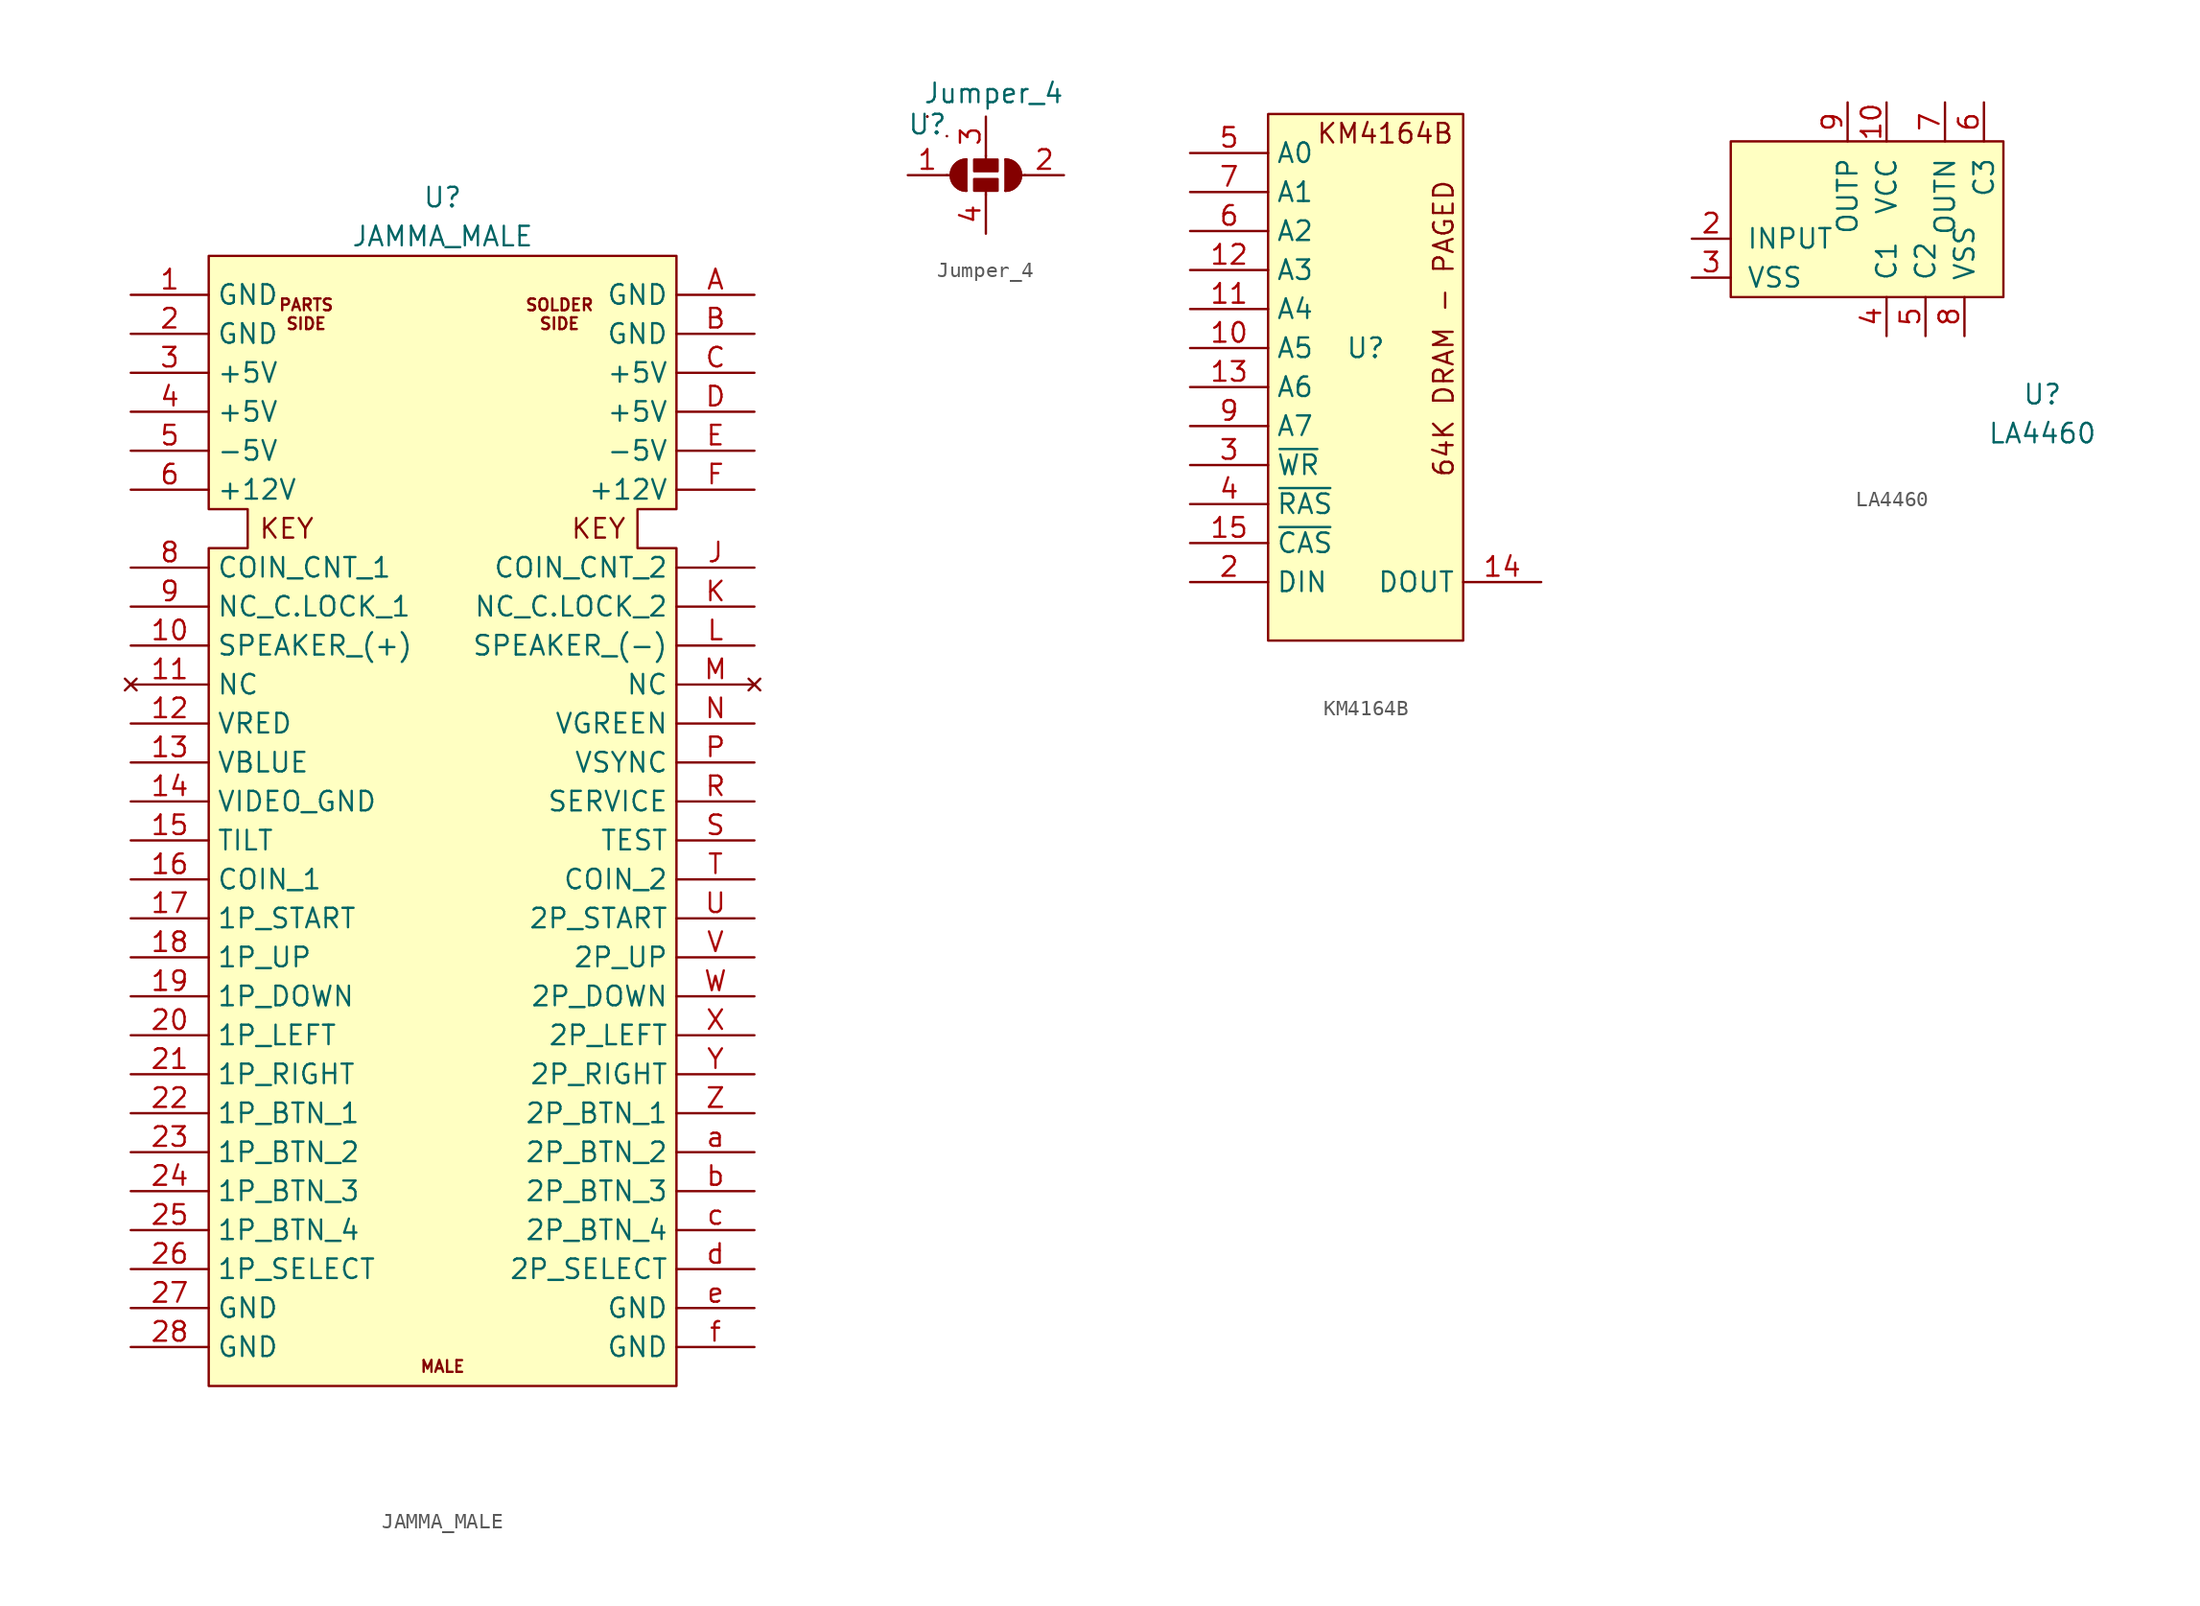
<source format=kicad_sym>
(kicad_symbol_lib
  (version 20231120)
  (generator "kicad_symbol_editor")
  (generator_version "8.0")
  (symbol "JAMMA_MALE"
    (property "Reference" "U"
      (at 0 39.37 0)
      (effects (font (size 1.27 1.27))))
    (property "Value" "JAMMA_MALE"
      (at 0 36.83 0)
      (effects (font (size 1.27 1.27))))
    (symbol "JAMMA_MALE_1_1"
      (polyline (pts (xy -15.24 35.56) (xy -15.24 19.05) (xy -12.7 19.05) (xy -12.7 16.51) (xy -15.24 16.51) (xy -15.24 -38.1) (xy 15.24 -38.1) (xy 15.24 16.51) (xy 12.7 16.51) (xy 12.7 19.05) (xy 15.24 19.05) (xy 15.24 35.56) (xy -15.24 35.56)) (stroke (width 0) (type default)) (fill (type background)))
      (text "KEY" (at -10.16 17.78 0) (effects (font (size 1.27 1.27))))
      (text "KEY" (at 10.16 17.78 0) (effects (font (size 1.27 1.27))))
      (text "MALE\n" (at 0 -36.83 0) (effects (font (size 0.762 0.762))))
      (text "PARTS\nSIDE" (at -8.89 31.75 0) (effects (font (size 0.762 0.762))))
      (text "SOLDER\nSIDE" (at 7.62 31.75 0) (effects (font (size 0.762 0.762))))
      (pin power_out line (at -20.32 33.02 0) (length 5.08) (name "GND" (effects (font (size 1.27 1.27)))) (number "1" (effects (font (size 1.27 1.27)))))
      (pin input line (at -20.32 10.16 0) (length 5.08) (name "SPEAKER_(+)" (effects (font (size 1.27 1.27)))) (number "10" (effects (font (size 1.27 1.27)))))
      (pin no_connect line (at -20.32 7.62 0) (length 5.08) (name "NC" (effects (font (size 1.27 1.27)))) (number "11" (effects (font (size 1.27 1.27)))))
      (pin input line (at -20.32 5.08 0) (length 5.08) (name "VRED" (effects (font (size 1.27 1.27)))) (number "12" (effects (font (size 1.27 1.27)))))
      (pin input line (at -20.32 2.54 0) (length 5.08) (name "VBLUE" (effects (font (size 1.27 1.27)))) (number "13" (effects (font (size 1.27 1.27)))))
      (pin power_in line (at -20.32 0 0) (length 5.08) (name "VIDEO_GND" (effects (font (size 1.27 1.27)))) (number "14" (effects (font (size 1.27 1.27)))))
      (pin output line (at -20.32 -2.54 0) (length 5.08) (name "TILT" (effects (font (size 1.27 1.27)))) (number "15" (effects (font (size 1.27 1.27)))))
      (pin output line (at -20.32 -5.08 0) (length 5.08) (name "COIN_1" (effects (font (size 1.27 1.27)))) (number "16" (effects (font (size 1.27 1.27)))))
      (pin output line (at -20.32 -7.62 0) (length 5.08) (name "1P_START" (effects (font (size 1.27 1.27)))) (number "17" (effects (font (size 1.27 1.27)))))
      (pin output line (at -20.32 -10.16 0) (length 5.08) (name "1P_UP" (effects (font (size 1.27 1.27)))) (number "18" (effects (font (size 1.27 1.27)))))
      (pin output line (at -20.32 -12.7 0) (length 5.08) (name "1P_DOWN" (effects (font (size 1.27 1.27)))) (number "19" (effects (font (size 1.27 1.27)))))
      (pin power_in line (at -20.32 30.48 0) (length 5.08) (name "GND" (effects (font (size 1.27 1.27)))) (number "2" (effects (font (size 1.27 1.27)))))
      (pin output line (at -20.32 -15.24 0) (length 5.08) (name "1P_LEFT" (effects (font (size 1.27 1.27)))) (number "20" (effects (font (size 1.27 1.27)))))
      (pin output line (at -20.32 -17.78 0) (length 5.08) (name "1P_RIGHT" (effects (font (size 1.27 1.27)))) (number "21" (effects (font (size 1.27 1.27)))))
      (pin output line (at -20.32 -20.32 0) (length 5.08) (name "1P_BTN_1" (effects (font (size 1.27 1.27)))) (number "22" (effects (font (size 1.27 1.27)))))
      (pin output line (at -20.32 -22.86 0) (length 5.08) (name "1P_BTN_2" (effects (font (size 1.27 1.27)))) (number "23" (effects (font (size 1.27 1.27)))))
      (pin output line (at -20.32 -25.4 0) (length 5.08) (name "1P_BTN_3" (effects (font (size 1.27 1.27)))) (number "24" (effects (font (size 1.27 1.27)))))
      (pin output line (at -20.32 -27.94 0) (length 5.08) (name "1P_BTN_4" (effects (font (size 1.27 1.27)))) (number "25" (effects (font (size 1.27 1.27)))))
      (pin output line (at -20.32 -30.48 0) (length 5.08) (name "1P_SELECT" (effects (font (size 1.27 1.27)))) (number "26" (effects (font (size 1.27 1.27)))))
      (pin power_in line (at -20.32 -33.02 0) (length 5.08) (name "GND" (effects (font (size 1.27 1.27)))) (number "27" (effects (font (size 1.27 1.27)))))
      (pin power_in line (at -20.32 -35.56 0) (length 5.08) (name "GND" (effects (font (size 1.27 1.27)))) (number "28" (effects (font (size 1.27 1.27)))))
      (pin power_out line (at -20.32 27.94 0) (length 5.08) (name "+5V" (effects (font (size 1.27 1.27)))) (number "3" (effects (font (size 1.27 1.27)))))
      (pin power_in line (at -20.32 25.4 0) (length 5.08) (name "+5V" (effects (font (size 1.27 1.27)))) (number "4" (effects (font (size 1.27 1.27)))))
      (pin power_out line (at -20.32 22.86 0) (length 5.08) (name "-5V" (effects (font (size 1.27 1.27)))) (number "5" (effects (font (size 1.27 1.27)))))
      (pin power_out line (at -20.32 20.32 0) (length 5.08) (name "+12V" (effects (font (size 1.27 1.27)))) (number "6" (effects (font (size 1.27 1.27)))))
      (pin input line (at -20.32 15.24 0) (length 5.08) (name "COIN_CNT_1" (effects (font (size 1.27 1.27)))) (number "8" (effects (font (size 1.27 1.27)))))
      (pin input line (at -20.32 12.7 0) (length 5.08) (name "NC_C.LOCK_1" (effects (font (size 1.27 1.27)))) (number "9" (effects (font (size 1.27 1.27)))))
      (pin power_in line (at 20.32 33.02 180) (length 5.08) (name "GND" (effects (font (size 1.27 1.27)))) (number "A" (effects (font (size 1.27 1.27)))))
      (pin power_in line (at 20.32 30.48 180) (length 5.08) (name "GND" (effects (font (size 1.27 1.27)))) (number "B" (effects (font (size 1.27 1.27)))))
      (pin power_in line (at 20.32 27.94 180) (length 5.08) (name "+5V" (effects (font (size 1.27 1.27)))) (number "C" (effects (font (size 1.27 1.27)))))
      (pin power_in line (at 20.32 25.4 180) (length 5.08) (name "+5V" (effects (font (size 1.27 1.27)))) (number "D" (effects (font (size 1.27 1.27)))))
      (pin power_in line (at 20.32 22.86 180) (length 5.08) (name "-5V" (effects (font (size 1.27 1.27)))) (number "E" (effects (font (size 1.27 1.27)))))
      (pin power_in line (at 20.32 20.32 180) (length 5.08) (name "+12V" (effects (font (size 1.27 1.27)))) (number "F" (effects (font (size 1.27 1.27)))))
      (pin input line (at 20.32 15.24 180) (length 5.08) (name "COIN_CNT_2" (effects (font (size 1.27 1.27)))) (number "J" (effects (font (size 1.27 1.27)))))
      (pin input line (at 20.32 12.7 180) (length 5.08) (name "NC_C.LOCK_2" (effects (font (size 1.27 1.27)))) (number "K" (effects (font (size 1.27 1.27)))))
      (pin input line (at 20.32 10.16 180) (length 5.08) (name "SPEAKER_(-)" (effects (font (size 1.27 1.27)))) (number "L" (effects (font (size 1.27 1.27)))))
      (pin no_connect line (at 20.32 7.62 180) (length 5.08) (name "NC" (effects (font (size 1.27 1.27)))) (number "M" (effects (font (size 1.27 1.27)))))
      (pin input line (at 20.32 5.08 180) (length 5.08) (name "VGREEN" (effects (font (size 1.27 1.27)))) (number "N" (effects (font (size 1.27 1.27)))))
      (pin input line (at 20.32 2.54 180) (length 5.08) (name "VSYNC" (effects (font (size 1.27 1.27)))) (number "P" (effects (font (size 1.27 1.27)))))
      (pin output line (at 20.32 0 180) (length 5.08) (name "SERVICE" (effects (font (size 1.27 1.27)))) (number "R" (effects (font (size 1.27 1.27)))))
      (pin output line (at 20.32 -2.54 180) (length 5.08) (name "TEST" (effects (font (size 1.27 1.27)))) (number "S" (effects (font (size 1.27 1.27)))))
      (pin output line (at 20.32 -5.08 180) (length 5.08) (name "COIN_2" (effects (font (size 1.27 1.27)))) (number "T" (effects (font (size 1.27 1.27)))))
      (pin output line (at 20.32 -7.62 180) (length 5.08) (name "2P_START" (effects (font (size 1.27 1.27)))) (number "U" (effects (font (size 1.27 1.27)))))
      (pin output line (at 20.32 -10.16 180) (length 5.08) (name "2P_UP" (effects (font (size 1.27 1.27)))) (number "V" (effects (font (size 1.27 1.27)))))
      (pin output line (at 20.32 -12.7 180) (length 5.08) (name "2P_DOWN" (effects (font (size 1.27 1.27)))) (number "W" (effects (font (size 1.27 1.27)))))
      (pin output line (at 20.32 -15.24 180) (length 5.08) (name "2P_LEFT" (effects (font (size 1.27 1.27)))) (number "X" (effects (font (size 1.27 1.27)))))
      (pin output line (at 20.32 -17.78 180) (length 5.08) (name "2P_RIGHT" (effects (font (size 1.27 1.27)))) (number "Y" (effects (font (size 1.27 1.27)))))
      (pin output line (at 20.32 -20.32 180) (length 5.08) (name "2P_BTN_1" (effects (font (size 1.27 1.27)))) (number "Z" (effects (font (size 1.27 1.27)))))
      (pin output line (at 20.32 -22.86 180) (length 5.08) (name "2P_BTN_2" (effects (font (size 1.27 1.27)))) (number "a" (effects (font (size 1.27 1.27)))))
      (pin output line (at 20.32 -25.4 180) (length 5.08) (name "2P_BTN_3" (effects (font (size 1.27 1.27)))) (number "b" (effects (font (size 1.27 1.27)))))
      (pin output line (at 20.32 -27.94 180) (length 5.08) (name "2P_BTN_4" (effects (font (size 1.27 1.27)))) (number "c" (effects (font (size 1.27 1.27)))))
      (pin output line (at 20.32 -30.48 180) (length 5.08) (name "2P_SELECT" (effects (font (size 1.27 1.27)))) (number "d" (effects (font (size 1.27 1.27)))))
      (pin power_in line (at 20.32 -33.02 180) (length 5.08) (name "GND" (effects (font (size 1.27 1.27)))) (number "e" (effects (font (size 1.27 1.27)))))
      (pin power_in line (at 20.32 -35.56 180) (length 5.08) (name "GND" (effects (font (size 1.27 1.27)))) (number "f" (effects (font (size 1.27 1.27)))))))
  (symbol "Jumper_4"
    (pin_names
      (offset 1.016))
    (property "Reference" "U"
      (at -3.81 3.302 0)
      (effects (font (size 1.27 1.27))))
    (property "Value" "Jumper_4"
      (at 0.508 5.334 0)
      (effects (font (size 1.27 1.27))))
    (symbol "Jumper_4_0_1"
      (arc (start -1.27 1.016) (mid -2.2816 0) (end -1.27 -1.016) (stroke (width 0) (type default)) (fill (type none)))
      (arc (start -1.27 1.016) (mid -2.2816 0) (end -1.27 -1.016) (stroke (width 0) (type default)) (fill (type outline)))
      (rectangle (start -0.762 -0.254) (end 0.762 -1.016) (stroke (width 0) (type default)) (fill (type outline)))
      (rectangle (start -0.762 1.016) (end 0.762 0.254) (stroke (width 0) (type default)) (fill (type outline)))
      (polyline (pts (xy -2.54 0) (xy -2.032 0)) (stroke (width 0) (type default)) (fill (type none)))
      (polyline (pts (xy -1.27 1.016) (xy -1.27 -1.016)) (stroke (width 0) (type default)) (fill (type none)))
      (polyline (pts (xy 0 -0.762) (xy 0 -1.27)) (stroke (width 0) (type default)) (fill (type none)))
      (polyline (pts (xy 0 1.27) (xy 0 0.762)) (stroke (width 0) (type default)) (fill (type none)))
      (polyline (pts (xy 1.274 1.016) (xy 1.274 -1.016)) (stroke (width 0) (type default)) (fill (type none)))
      (polyline (pts (xy 2.54 0) (xy 2.032 0)) (stroke (width 0) (type default)) (fill (type none)))
      (arc (start 1.2744 -1.016) (mid 2.286 0) (end 1.2744 1.016) (stroke (width 0) (type default)) (fill (type none)))
      (arc (start 1.2744 -1.016) (mid 2.286 0) (end 1.2744 1.016) (stroke (width 0) (type default)) (fill (type outline))))
    (symbol "Jumper_4_1_1"
      (rectangle (start -3.81 3.81) (end -3.81 3.81) (stroke (width 0) (type default)) (fill (type none)))
      (rectangle (start -3.81 3.81) (end -3.81 3.81) (stroke (width 0) (type default)) (fill (type none)))
      (rectangle (start -3.81 3.81) (end -3.81 3.81) (stroke (width 0) (type default)) (fill (type none)))
      (rectangle (start -3.81 3.81) (end -3.81 3.81) (stroke (width 0) (type default)) (fill (type none)))
      (rectangle (start -3.81 3.81) (end -3.81 3.81) (stroke (width 0) (type default)) (fill (type none)))
      (rectangle (start -2.54 2.54) (end -2.54 2.54) (stroke (width 0) (type default)) (fill (type none)))
      (rectangle (start -2.54 2.54) (end -2.54 2.54) (stroke (width 0) (type default)) (fill (type none)))
      (pin passive line (at -5.08 0 0) (length 2.54) (name "~" (effects (font (size 1.27 1.27)))) (number "1" (effects (font (size 1.27 1.27)))))
      (pin passive line (at 5.08 0 180) (length 2.54) (name "~" (effects (font (size 1.27 1.27)))) (number "2" (effects (font (size 1.27 1.27)))))
      (pin passive line (at 0 3.81 270) (length 2.54) (name "~" (effects (font (size 1.27 1.27)))) (number "3" (effects (font (size 1.27 1.27)))))
      (pin passive line (at 0 -3.81 90) (length 2.54) (name "~" (effects (font (size 1.27 1.27)))) (number "4" (effects (font (size 1.27 1.27)))))))
  (symbol "KM4164B"
    (property "Reference" "U"
      (at 0 0 0)
      (effects (font (size 1.27 1.27))))
    (property "Value" ""
      (at 0 2.54 0)
      (effects (font (size 1.27 1.27))))
    (symbol "KM4164B_1_0"
      (pin input line (at -11.43 0 0) (length 5.08) (name "A5" (effects (font (size 1.27 1.27)))) (number "10" (effects (font (size 1.27 1.27)))))
      (pin input line (at -11.43 2.54 0) (length 5.08) (name "A4" (effects (font (size 1.27 1.27)))) (number "11" (effects (font (size 1.27 1.27)))))
      (pin input line (at -11.43 5.08 0) (length 5.08) (name "A3" (effects (font (size 1.27 1.27)))) (number "12" (effects (font (size 1.27 1.27)))))
      (pin input line (at -11.43 -2.54 0) (length 5.08) (name "A6" (effects (font (size 1.27 1.27)))) (number "13" (effects (font (size 1.27 1.27)))))
      (pin tri_state line (at 11.43 -15.24 180) (length 5.08) (name "DOUT" (effects (font (size 1.27 1.27)))) (number "14" (effects (font (size 1.27 1.27)))))
      (pin input line (at -11.43 -12.7 0) (length 5.08) (name "~{CAS}" (effects (font (size 1.27 1.27)))) (number "15" (effects (font (size 1.27 1.27)))))
      (pin input line (at -11.43 -15.24 0) (length 5.08) (name "DIN" (effects (font (size 1.27 1.27)))) (number "2" (effects (font (size 1.27 1.27)))))
      (pin input line (at -11.43 -7.62 0) (length 5.08) (name "~{WR}" (effects (font (size 1.27 1.27)))) (number "3" (effects (font (size 1.27 1.27)))))
      (pin input line (at -11.43 -10.16 0) (length 5.08) (name "~{RAS}" (effects (font (size 1.27 1.27)))) (number "4" (effects (font (size 1.27 1.27)))))
      (pin input line (at -11.43 12.7 0) (length 5.08) (name "A0" (effects (font (size 1.27 1.27)))) (number "5" (effects (font (size 1.27 1.27)))))
      (pin input line (at -11.43 7.62 0) (length 5.08) (name "A2" (effects (font (size 1.27 1.27)))) (number "6" (effects (font (size 1.27 1.27)))))
      (pin input line (at -11.43 10.16 0) (length 5.08) (name "A1" (effects (font (size 1.27 1.27)))) (number "7" (effects (font (size 1.27 1.27)))))
      (pin input line (at -11.43 -5.08 0) (length 5.08) (name "A7" (effects (font (size 1.27 1.27)))) (number "9" (effects (font (size 1.27 1.27))))))
    (symbol "KM4164B_1_1"
      (rectangle (start -6.35 15.24) (end 6.35 -19.05) (stroke (width 0) (type default)) (fill (type background)))
      (text "64K DRAM - PAGED" (at 5.08 1.27 900) (effects (font (size 1.27 1.27))))
      (text "KM4164B" (at 1.27 13.97 0) (effects (font (size 1.27 1.27))))))
  (symbol "LA4460"
    (pin_names
      (offset 1.016))
    (property "Reference" "U"
      (at 10.16 -11.43 0)
      (effects (font (size 1.27 1.27))))
    (property "Value" "LA4460"
      (at 10.16 -13.97 0)
      (effects (font (size 1.27 1.27))))
    (symbol "LA4460_0_1"
      (rectangle (start -10.16 5.08) (end 7.62 -5.08) (stroke (width 0) (type default)) (fill (type background))))
    (symbol "LA4460_1_1"
      (pin no_connect line (at -8.89 7.62 270) (length 2.54) hide (name "NC" (effects (font (size 1.27 1.27)))) (number "1" (effects (font (size 1.27 1.27)))))
      (pin output line (at 0 7.62 270) (length 2.54) (name "VCC" (effects (font (size 1.27 1.27)))) (number "10" (effects (font (size 1.27 1.27)))))
      (pin input line (at -12.7 -1.27 0) (length 2.54) (name "INPUT" (effects (font (size 1.27 1.27)))) (number "2" (effects (font (size 1.27 1.27)))))
      (pin input line (at -12.7 -3.81 0) (length 2.54) (name "VSS" (effects (font (size 1.27 1.27)))) (number "3" (effects (font (size 1.27 1.27)))))
      (pin input line (at 0 -7.62 90) (length 2.54) (name "C1" (effects (font (size 1.27 1.27)))) (number "4" (effects (font (size 1.27 1.27)))))
      (pin input line (at 2.54 -7.62 90) (length 2.54) (name "C2" (effects (font (size 1.27 1.27)))) (number "5" (effects (font (size 1.27 1.27)))))
      (pin output line (at 6.35 7.62 270) (length 2.54) (name "C3" (effects (font (size 1.27 1.27)))) (number "6" (effects (font (size 1.27 1.27)))))
      (pin output line (at 3.81 7.62 270) (length 2.54) (name "OUTN" (effects (font (size 1.27 1.27)))) (number "7" (effects (font (size 1.27 1.27)))))
      (pin input line (at 5.08 -7.62 90) (length 2.54) (name "VSS" (effects (font (size 1.27 1.27)))) (number "8" (effects (font (size 1.27 1.27)))))
      (pin output line (at -2.54 7.62 270) (length 2.54) (name "OUTP" (effects (font (size 1.27 1.27)))) (number "9" (effects (font (size 1.27 1.27))))))))
</source>
